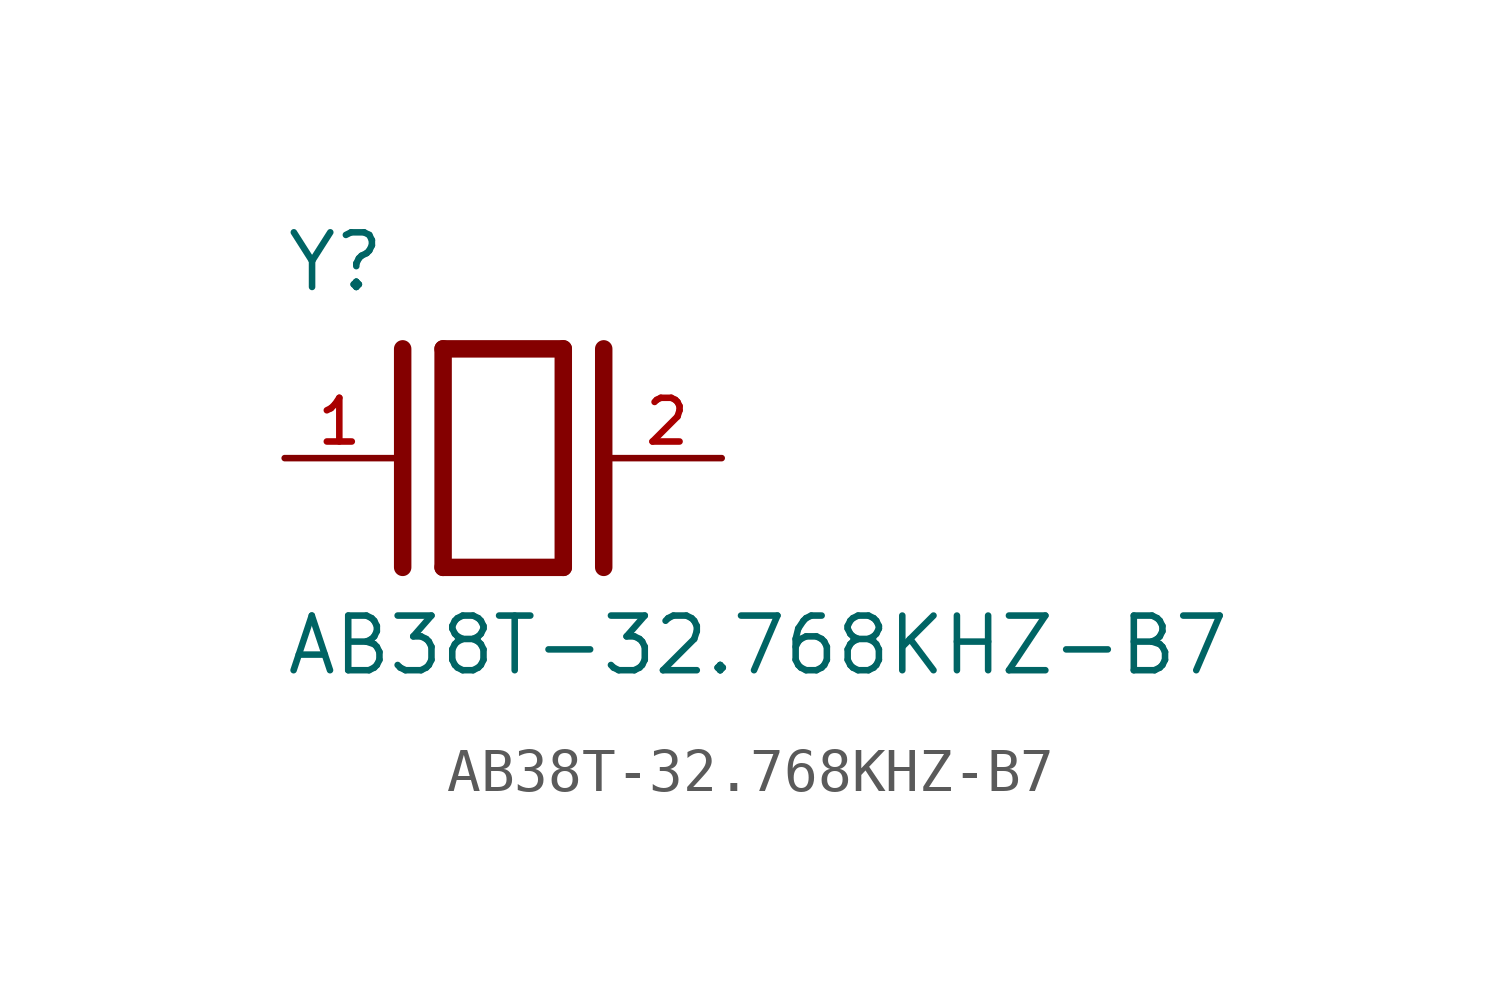
<source format=kicad_sym>
(kicad_symbol_lib
  (version 20211014)
  (generator kicad_symbol_editor)
  (symbol "AB38T-32.768KHZ-B7"
    (pin_names
      (offset 1.016))
    (property "Reference" "Y"
      (at -5.088 3.816 0)
      (effects (font (size 1.27 1.27)) (justify bottom left)))
    (property "Value" "AB38T-32.768KHZ-B7"
      (at -5.094 -5.094 0)
      (effects (font (size 1.27 1.27)) (justify bottom left)))
    (symbol "AB38T-32.768KHZ-B7_0_0"
      (polyline (pts (xy -1.397 2.54) (xy 1.397 2.54)) (stroke (width 0.406)))
      (polyline (pts (xy 1.397 2.54) (xy 1.397 -2.54)) (stroke (width 0.406)))
      (polyline (pts (xy 1.397 -2.54) (xy -1.397 -2.54)) (stroke (width 0.406)))
      (polyline (pts (xy -1.397 2.54) (xy -1.397 -2.54)) (stroke (width 0.406)))
      (polyline (pts (xy 2.337 2.54) (xy 2.337 -2.54)) (stroke (width 0.406)))
      (polyline (pts (xy -2.337 2.54) (xy -2.337 -2.54)) (stroke (width 0.406)))
      (pin passive line (at 5.08 0.0 180.0) (length 2.54) (name "~" (effects (font (size 1.016 1.016)))) (number "2" (effects (font (size 1.016 1.016)))))
      (pin passive line (at -5.08 0.0 0) (length 2.54) (name "~" (effects (font (size 1.016 1.016)))) (number "1" (effects (font (size 1.016 1.016))))))))
</source>
